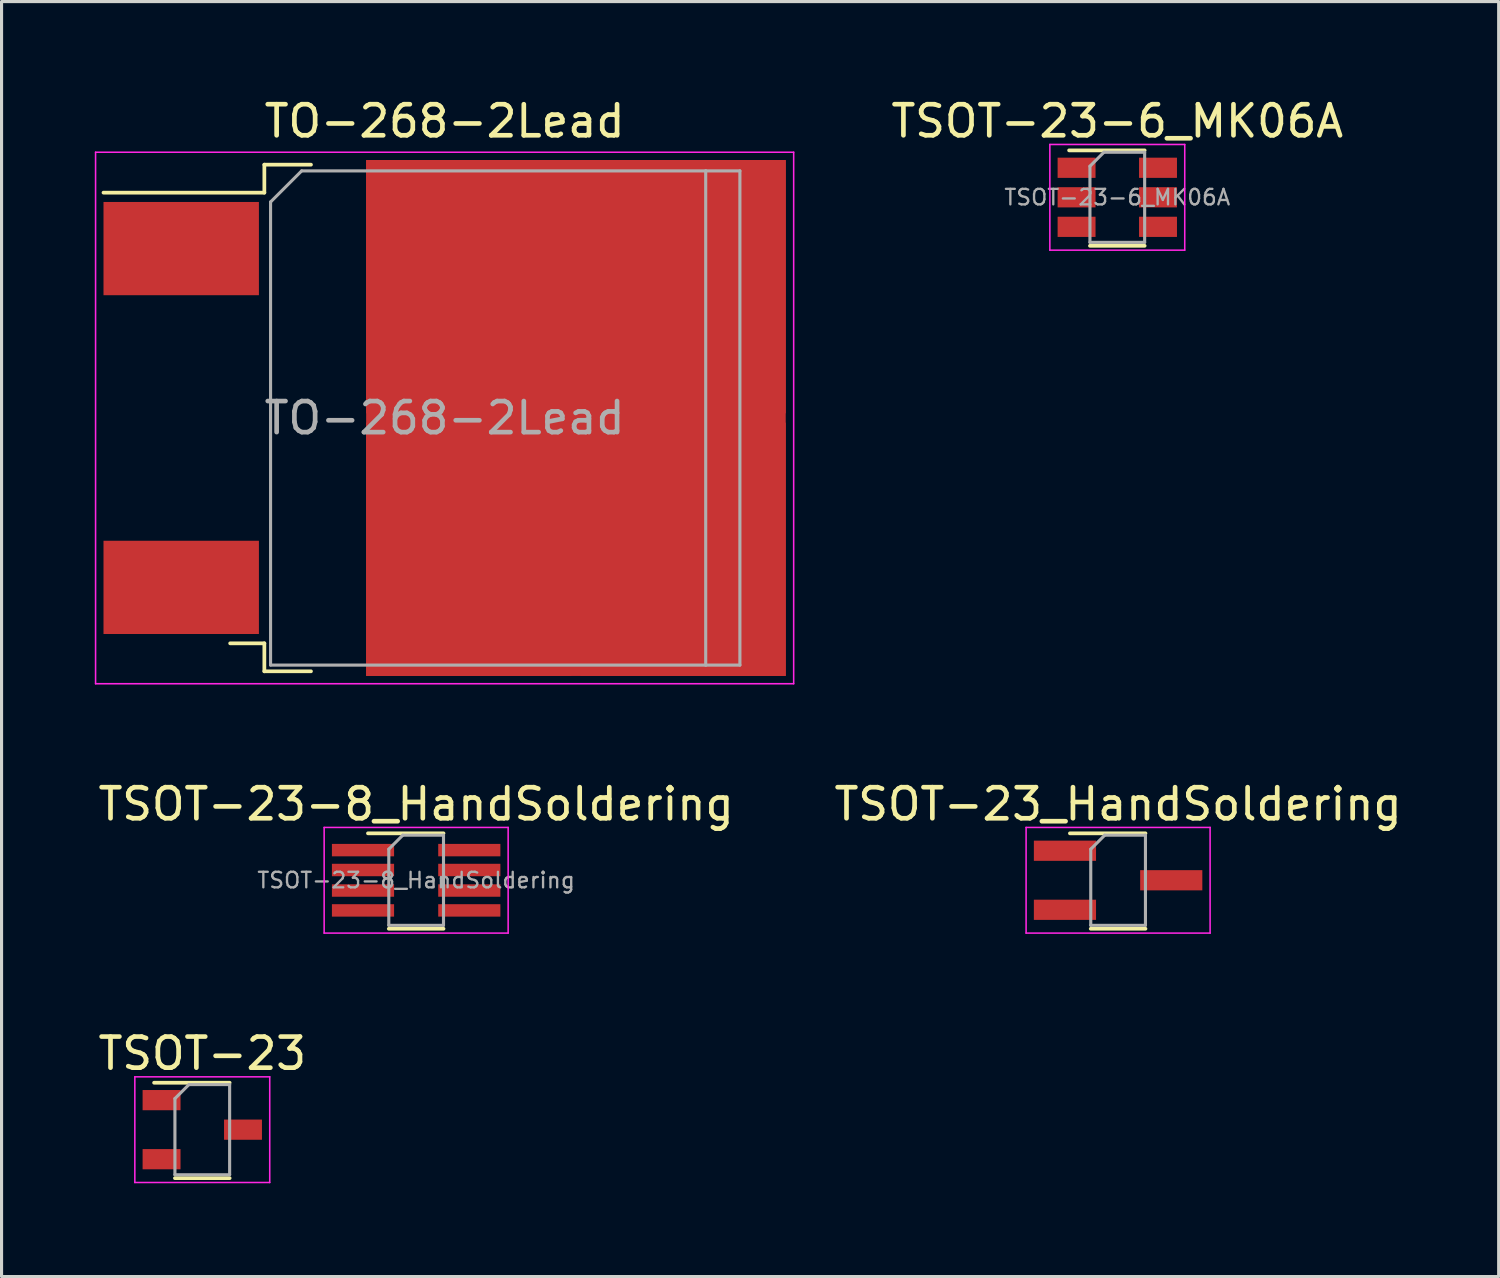
<source format=kicad_pcb>
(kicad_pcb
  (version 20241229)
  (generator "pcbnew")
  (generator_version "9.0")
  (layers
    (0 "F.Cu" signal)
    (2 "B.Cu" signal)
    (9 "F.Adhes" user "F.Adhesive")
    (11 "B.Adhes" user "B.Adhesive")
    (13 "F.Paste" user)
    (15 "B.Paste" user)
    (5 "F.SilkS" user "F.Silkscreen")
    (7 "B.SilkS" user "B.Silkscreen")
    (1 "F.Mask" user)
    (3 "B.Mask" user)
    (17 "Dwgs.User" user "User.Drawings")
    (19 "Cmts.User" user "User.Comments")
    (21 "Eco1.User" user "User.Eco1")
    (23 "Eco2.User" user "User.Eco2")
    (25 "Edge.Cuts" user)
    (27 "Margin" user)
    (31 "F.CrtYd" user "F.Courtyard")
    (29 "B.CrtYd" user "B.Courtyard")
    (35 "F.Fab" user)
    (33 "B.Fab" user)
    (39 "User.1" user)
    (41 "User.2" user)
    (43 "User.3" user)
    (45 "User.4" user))
  (footprint "TSOT-23_HandSoldering"
    (layer "F.Cu")
    (at 32.923 25.271)
    (property "Reference" "TSOT-23_HandSoldering" (at 0 -2.45 0) (layer "F.SilkS") (effects (font (size 1 1) (thickness 0.15))))
    (attr smd)
    (fp_line (start -0.88 1.56) (end 0.88 1.56) (stroke (width 0.12) (type solid)) (layer "F.SilkS"))
    (fp_line (start 0.88 -1.51) (end -1.55 -1.51) (stroke (width 0.12) (type solid)) (layer "F.SilkS"))
    (fp_line (start -2.96 -1.7) (end -2.96 1.7) (stroke (width 0.05) (type solid)) (layer "F.CrtYd"))
    (fp_line (start -2.96 -1.7) (end 2.96 -1.7) (stroke (width 0.05) (type solid)) (layer "F.CrtYd"))
    (fp_line (start 2.96 1.7) (end -2.96 1.7) (stroke (width 0.05) (type solid)) (layer "F.CrtYd"))
    (fp_line (start 2.96 1.7) (end 2.96 -1.7) (stroke (width 0.05) (type solid)) (layer "F.CrtYd"))
    (fp_line (start -0.88 -1) (end -0.88 1.45) (stroke (width 0.1) (type solid)) (layer "F.Fab"))
    (fp_line (start -0.88 -1) (end -0.43 -1.45) (stroke (width 0.1) (type solid)) (layer "F.Fab"))
    (fp_line (start 0.88 -1.45) (end -0.43 -1.45) (stroke (width 0.1) (type solid)) (layer "F.Fab"))
    (fp_line (start 0.88 -1.45) (end 0.88 1.45) (stroke (width 0.1) (type solid)) (layer "F.Fab"))
    (fp_line (start 0.88 1.45) (end -0.88 1.45) (stroke (width 0.1) (type solid)) (layer "F.Fab"))
    (pad "1" smd rect (at -1.71 -0.95) (size 2 0.65) (layers "F.Cu" "F.Mask" "F.Paste"))
    (pad "2" smd rect (at -1.71 0.95) (size 2 0.65) (layers "F.Cu" "F.Mask" "F.Paste"))
    (pad "3" smd rect (at 1.71 0) (size 2 0.65) (layers "F.Cu" "F.Mask" "F.Paste")))
  (footprint "TSOT-23"
    (layer "F.Cu")
    (at 3.458 33.295)
    (property "Reference" "TSOT-23" (at 0 -2.45 0) (layer "F.SilkS") (effects (font (size 1 1) (thickness 0.15))))
    (attr smd)
    (fp_line (start -0.88 1.56) (end 0.88 1.56) (stroke (width 0.12) (type solid)) (layer "F.SilkS"))
    (fp_line (start 0.88 -1.51) (end -1.55 -1.51) (stroke (width 0.12) (type solid)) (layer "F.SilkS"))
    (fp_line (start -2.17 -1.7) (end -2.17 1.7) (stroke (width 0.05) (type solid)) (layer "F.CrtYd"))
    (fp_line (start -2.17 -1.7) (end 2.17 -1.7) (stroke (width 0.05) (type solid)) (layer "F.CrtYd"))
    (fp_line (start 2.17 1.7) (end -2.17 1.7) (stroke (width 0.05) (type solid)) (layer "F.CrtYd"))
    (fp_line (start 2.17 1.7) (end 2.17 -1.7) (stroke (width 0.05) (type solid)) (layer "F.CrtYd"))
    (fp_line (start -0.88 -1) (end -0.88 1.45) (stroke (width 0.1) (type solid)) (layer "F.Fab"))
    (fp_line (start -0.88 -1) (end -0.43 -1.45) (stroke (width 0.1) (type solid)) (layer "F.Fab"))
    (fp_line (start 0.88 -1.45) (end -0.43 -1.45) (stroke (width 0.1) (type solid)) (layer "F.Fab"))
    (fp_line (start 0.88 -1.45) (end 0.88 1.45) (stroke (width 0.1) (type solid)) (layer "F.Fab"))
    (fp_line (start 0.88 1.45) (end -0.88 1.45) (stroke (width 0.1) (type solid)) (layer "F.Fab"))
    (pad "1" smd rect (at -1.31 -0.95) (size 1.22 0.65) (layers "F.Cu" "F.Mask" "F.Paste"))
    (pad "2" smd rect (at -1.31 0.95) (size 1.22 0.65) (layers "F.Cu" "F.Mask" "F.Paste"))
    (pad "3" smd rect (at 1.31 0) (size 1.22 0.65) (layers "F.Cu" "F.Mask" "F.Paste")))
  (footprint "TO-268-2Lead"
    (layer "F.Cu")
    (at 11.255 10.398)
    (property "Reference" "TO-268-2Lead" (at 0 -9.55 0) (layer "F.SilkS") (effects (font (size 1 1) (thickness 0.15))))
    (attr smd)
    (fp_line (start -5.8 -8.15) (end -5.8 -7.25) (stroke (width 0.12) (type solid)) (layer "F.SilkS"))
    (fp_line (start -5.8 -7.25) (end -10.975 -7.25) (stroke (width 0.12) (type solid)) (layer "F.SilkS"))
    (fp_line (start -5.8 7.25) (end -6.9 7.25) (stroke (width 0.12) (type solid)) (layer "F.SilkS"))
    (fp_line (start -5.8 8.15) (end -5.8 7.25) (stroke (width 0.12) (type solid)) (layer "F.SilkS"))
    (fp_line (start -4.3 -8.15) (end -5.8 -8.15) (stroke (width 0.12) (type solid)) (layer "F.SilkS"))
    (fp_line (start -4.3 8.15) (end -5.8 8.15) (stroke (width 0.12) (type solid)) (layer "F.SilkS"))
    (fp_line (start -11.23 -8.55) (end -11.23 8.55) (stroke (width 0.05) (type solid)) (layer "F.CrtYd"))
    (fp_line (start -11.23 8.55) (end 11.23 8.55) (stroke (width 0.05) (type solid)) (layer "F.CrtYd"))
    (fp_line (start 11.23 -8.55) (end -11.23 -8.55) (stroke (width 0.05) (type solid)) (layer "F.CrtYd"))
    (fp_line (start 11.23 8.55) (end 11.23 -8.55) (stroke (width 0.05) (type solid)) (layer "F.CrtYd"))
    (fp_line (start -5.6 -6.95) (end -4.6 -7.95) (stroke (width 0.1) (type solid)) (layer "F.Fab"))
    (fp_line (start -5.6 7.95) (end -5.6 -6.95) (stroke (width 0.1) (type solid)) (layer "F.Fab"))
    (fp_line (start -4.6 -7.95) (end 8.4 -7.95) (stroke (width 0.1) (type solid)) (layer "F.Fab"))
    (fp_line (start 8.4 -7.95) (end 8.4 7.95) (stroke (width 0.1) (type solid)) (layer "F.Fab"))
    (fp_line (start 8.4 -7.95) (end 9.5 -7.95) (stroke (width 0.1) (type solid)) (layer "F.Fab"))
    (fp_line (start 8.4 7.95) (end -5.6 7.95) (stroke (width 0.1) (type solid)) (layer "F.Fab"))
    (fp_line (start 9.5 -7.95) (end 9.5 7.95) (stroke (width 0.1) (type solid)) (layer "F.Fab"))
    (fp_line (start 9.5 7.95) (end 8.4 7.95) (stroke (width 0.1) (type solid)) (layer "F.Fab"))
    (fp_text user "${REFERENCE}" (at 0 0 0) (layer "F.Fab") (effects (font (size 1 1) (thickness 0.15))))
    (pad "1" smd rect (at -8.475 -5.45) (size 5 3) (layers "F.Cu" "F.Mask" "F.Paste"))
    (pad "2" smd rect (at 0.775 -4.225) (size 6.6 8.15) (layers "F.Cu" "F.Paste"))
    (pad "2" smd rect (at 0.775 4.225) (size 6.6 8.15) (layers "F.Cu" "F.Paste"))
    (pad "2" smd rect (at 4.225 0) (size 13.5 16.6) (layers "F.Cu" "F.Mask"))
    (pad "2" smd rect (at 7.675 -4.225) (size 6.6 8.15) (layers "F.Cu" "F.Paste"))
    (pad "2" smd rect (at 7.675 4.225) (size 6.6 8.15) (layers "F.Cu" "F.Paste"))
    (pad "3" smd rect (at -8.475 5.45) (size 5 3) (layers "F.Cu" "F.Mask" "F.Paste")))
  (footprint "TSOT-23-8_HandSoldering"
    (layer "F.Cu")
    (at 10.339 25.271)
    (property "Reference" "TSOT-23-8_HandSoldering" (at 0 -2.45 0) (layer "F.SilkS") (effects (font (size 1 1) (thickness 0.15))))
    (attr smd)
    (fp_line (start -0.88 1.56) (end 0.88 1.56) (stroke (width 0.12) (type solid)) (layer "F.SilkS"))
    (fp_line (start 0.88 -1.51) (end -1.55 -1.51) (stroke (width 0.12) (type solid)) (layer "F.SilkS"))
    (fp_line (start -2.96 -1.7) (end -2.96 1.7) (stroke (width 0.05) (type solid)) (layer "F.CrtYd"))
    (fp_line (start -2.96 -1.7) (end 2.96 -1.7) (stroke (width 0.05) (type solid)) (layer "F.CrtYd"))
    (fp_line (start 2.96 1.7) (end -2.96 1.7) (stroke (width 0.05) (type solid)) (layer "F.CrtYd"))
    (fp_line (start 2.96 1.7) (end 2.96 -1.7) (stroke (width 0.05) (type solid)) (layer "F.CrtYd"))
    (fp_line (start -0.88 -1) (end -0.88 1.45) (stroke (width 0.1) (type solid)) (layer "F.Fab"))
    (fp_line (start -0.88 -1) (end -0.43 -1.45) (stroke (width 0.1) (type solid)) (layer "F.Fab"))
    (fp_line (start 0.88 -1.45) (end -0.43 -1.45) (stroke (width 0.1) (type solid)) (layer "F.Fab"))
    (fp_line (start 0.88 -1.45) (end 0.88 1.45) (stroke (width 0.1) (type solid)) (layer "F.Fab"))
    (fp_line (start 0.88 1.45) (end -0.88 1.45) (stroke (width 0.1) (type solid)) (layer "F.Fab"))
    (fp_text user "${REFERENCE}" (at 0 0 0) (layer "F.Fab") (effects (font (size 0.5 0.5) (thickness 0.075))))
    (pad "1" smd rect (at -1.71 -0.97) (size 2 0.4) (layers "F.Cu" "F.Mask" "F.Paste"))
    (pad "2" smd rect (at -1.71 -0.33) (size 2 0.4) (layers "F.Cu" "F.Mask" "F.Paste"))
    (pad "3" smd rect (at -1.71 0.33) (size 2 0.4) (layers "F.Cu" "F.Mask" "F.Paste"))
    (pad "4" smd rect (at -1.71 0.97) (size 2 0.4) (layers "F.Cu" "F.Mask" "F.Paste"))
    (pad "5" smd rect (at 1.71 0.97) (size 2 0.4) (layers "F.Cu" "F.Mask" "F.Paste"))
    (pad "6" smd rect (at 1.71 0.33) (size 2 0.4) (layers "F.Cu" "F.Mask" "F.Paste"))
    (pad "7" smd rect (at 1.71 -0.33) (size 2 0.4) (layers "F.Cu" "F.Mask" "F.Paste"))
    (pad "8" smd rect (at 1.71 -0.97) (size 2 0.4) (layers "F.Cu" "F.Mask" "F.Paste")))
  (footprint "TSOT-23-6_MK06A"
    (layer "F.Cu")
    (at 32.897 3.298)
    (property "Reference" "TSOT-23-6_MK06A" (at 0 -2.45 0) (layer "F.SilkS") (effects (font (size 1 1) (thickness 0.15))))
    (attr smd)
    (fp_line (start -0.88 1.56) (end 0.88 1.56) (stroke (width 0.12) (type solid)) (layer "F.SilkS"))
    (fp_line (start 0.88 -1.51) (end -1.55 -1.51) (stroke (width 0.12) (type solid)) (layer "F.SilkS"))
    (fp_line (start -2.17 -1.7) (end -2.17 1.7) (stroke (width 0.05) (type solid)) (layer "F.CrtYd"))
    (fp_line (start -2.17 -1.7) (end 2.17 -1.7) (stroke (width 0.05) (type solid)) (layer "F.CrtYd"))
    (fp_line (start 2.17 1.7) (end -2.17 1.7) (stroke (width 0.05) (type solid)) (layer "F.CrtYd"))
    (fp_line (start 2.17 1.7) (end 2.17 -1.7) (stroke (width 0.05) (type solid)) (layer "F.CrtYd"))
    (fp_line (start -0.88 -1) (end -0.88 1.45) (stroke (width 0.1) (type solid)) (layer "F.Fab"))
    (fp_line (start -0.88 -1) (end -0.43 -1.45) (stroke (width 0.1) (type solid)) (layer "F.Fab"))
    (fp_line (start 0.88 -1.45) (end -0.43 -1.45) (stroke (width 0.1) (type solid)) (layer "F.Fab"))
    (fp_line (start 0.88 -1.45) (end 0.88 1.45) (stroke (width 0.1) (type solid)) (layer "F.Fab"))
    (fp_line (start 0.88 1.45) (end -0.88 1.45) (stroke (width 0.1) (type solid)) (layer "F.Fab"))
    (fp_text user "${REFERENCE}" (at 0 0 0) (layer "F.Fab") (effects (font (size 0.5 0.5) (thickness 0.075))))
    (pad "1" smd rect (at -1.31 -0.95) (size 1.22 0.65) (layers "F.Cu" "F.Mask" "F.Paste"))
    (pad "2" smd rect (at -1.31 0) (size 1.22 0.65) (layers "F.Cu" "F.Mask" "F.Paste"))
    (pad "3" smd rect (at -1.31 0.95) (size 1.22 0.65) (layers "F.Cu" "F.Mask" "F.Paste"))
    (pad "4" smd rect (at 1.31 0.95) (size 1.22 0.65) (layers "F.Cu" "F.Mask" "F.Paste"))
    (pad "5" smd rect (at 1.31 0) (size 1.22 0.65) (layers "F.Cu" "F.Mask" "F.Paste"))
    (pad "6" smd rect (at 1.31 -0.95) (size 1.22 0.65) (layers "F.Cu" "F.Mask" "F.Paste")))
  (gr_rect
    (start -3 -3)
    (end 45.167 38.02)
    (stroke (width 0.1) (type default))
    (fill no)
    (layer "Edge.Cuts")))
</source>
